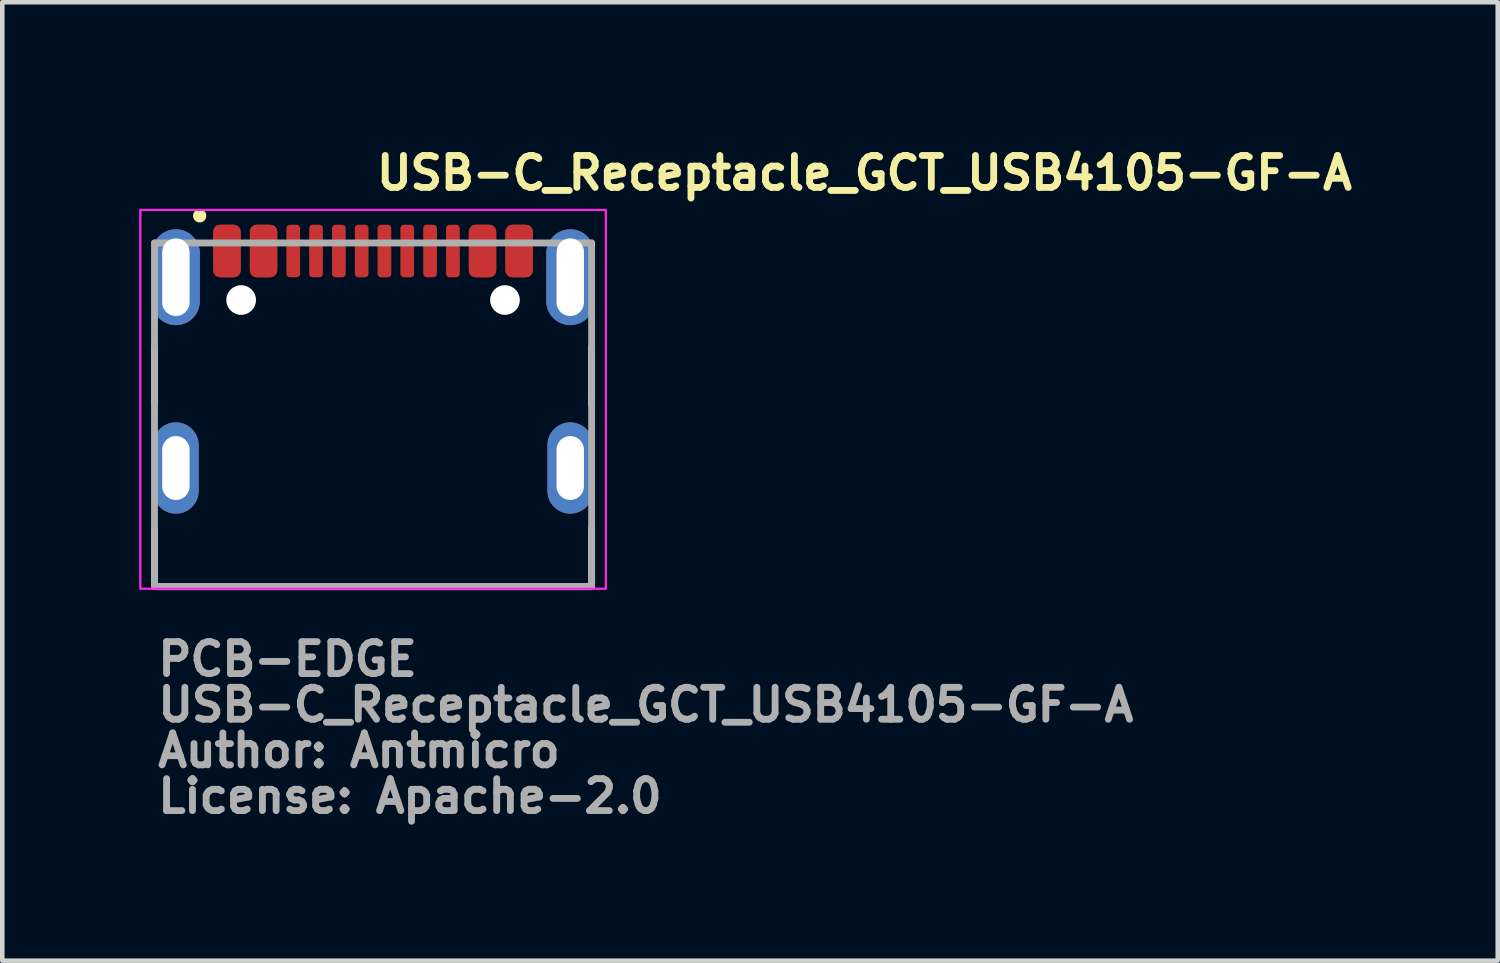
<source format=kicad_pcb>
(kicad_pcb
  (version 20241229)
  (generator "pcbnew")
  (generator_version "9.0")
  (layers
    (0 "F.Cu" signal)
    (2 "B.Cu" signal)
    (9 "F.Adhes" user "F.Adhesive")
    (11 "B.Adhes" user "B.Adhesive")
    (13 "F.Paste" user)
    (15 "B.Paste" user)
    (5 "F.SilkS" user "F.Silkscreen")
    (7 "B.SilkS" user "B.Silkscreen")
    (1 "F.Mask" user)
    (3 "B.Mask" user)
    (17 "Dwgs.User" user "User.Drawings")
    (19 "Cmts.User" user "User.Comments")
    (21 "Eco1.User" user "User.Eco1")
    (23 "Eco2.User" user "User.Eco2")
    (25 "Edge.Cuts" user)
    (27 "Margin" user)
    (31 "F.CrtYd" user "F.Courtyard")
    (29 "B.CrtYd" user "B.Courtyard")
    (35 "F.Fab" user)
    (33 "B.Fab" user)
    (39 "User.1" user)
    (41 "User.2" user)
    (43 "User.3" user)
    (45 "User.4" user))
  (footprint "USB-C_Receptacle_GCT_USB4105-GF-A"
    (layer "F.Cu")
    (at 5.125 5.95)
    (property "Reference" "USB-C_Receptacle_GCT_USB4105-GF-A" (at 0 -4.8 0) (layer "F.SilkS") (effects (font (size 0.7 0.7) (thickness 0.15)) (justify left bottom)))
    (attr smd)
    (fp_line (start -4.79 -1.395) (end -4.79 -0.145) (stroke (width 0.15) (type solid)) (layer "F.SilkS"))
    (fp_line (start -4.79 2.575) (end -4.79 3.854) (stroke (width 0.15) (type solid)) (layer "F.SilkS"))
    (fp_line (start -4.79 3.854) (end 4.788 3.854) (stroke (width 0.15) (type solid)) (layer "F.SilkS"))
    (fp_line (start 4.788 -1.395) (end 4.788 -0.145) (stroke (width 0.15) (type solid)) (layer "F.SilkS"))
    (fp_line (start 4.788 3.854) (end 4.788 2.575) (stroke (width 0.15) (type solid)) (layer "F.SilkS"))
    (fp_circle (center -3.8 -4.271) (end -3.75 -4.221) (stroke (width 0.15) (type solid)) (fill yes) (layer "F.SilkS"))
    (fp_rect (start -5.1 -4.4) (end 5.1 3.9) (stroke (width 0.05) (type solid)) (fill no) (layer "F.CrtYd"))
    (fp_line (start -4.79 -3.676) (end 4.788 -3.676) (stroke (width 0.15) (type solid)) (layer "F.Fab"))
    (fp_line (start -4.79 3.854) (end -4.79 -3.676) (stroke (width 0.15) (type solid)) (layer "F.Fab"))
    (fp_line (start -4.702 3.854) (end 4.788 3.854) (stroke (width 0.15) (type solid)) (layer "F.Fab"))
    (fp_line (start 4.788 -3.676) (end 4.788 3.854) (stroke (width 0.15) (type solid)) (layer "F.Fab"))
    (fp_line (start 4.788 3.854) (end -4.79 3.854) (stroke (width 0.15) (type solid)) (layer "F.Fab"))
    (fp_rect (start -4.79 -3.856) (end 4.788 3.854) (stroke (width 0.1) (type solid)) (fill no) (layer "User.5"))
    (fp_line (start -4.79 -3.25) (end -4.79 -3.226) (stroke (width 0.02) (type solid)) (layer "User.9"))
    (fp_line (start -4.79 -3.226) (end -4.79 -2.077) (stroke (width 0.02) (type solid)) (layer "User.9"))
    (fp_line (start -4.79 -1.875) (end -4.79 -2.077) (stroke (width 0.02) (type solid)) (layer "User.9"))
    (fp_line (start -4.789 -3.273) (end -4.79 -3.25) (stroke (width 0.02) (type solid)) (layer "User.9"))
    (fp_line (start -4.786 -3.294) (end -4.789 -3.273) (stroke (width 0.02) (type solid)) (layer "User.9"))
    (fp_line (start -4.781 -3.317) (end -4.786 -3.294) (stroke (width 0.02) (type solid)) (layer "User.9"))
    (fp_line (start -4.776 -3.339) (end -4.781 -3.317) (stroke (width 0.02) (type solid)) (layer "User.9"))
    (fp_line (start -4.771 -3.359) (end -4.776 -3.339) (stroke (width 0.02) (type solid)) (layer "User.9"))
    (fp_line (start -4.763 -3.38) (end -4.771 -3.359) (stroke (width 0.02) (type solid)) (layer "User.9"))
    (fp_line (start -4.755 -3.402) (end -4.763 -3.38) (stroke (width 0.02) (type solid)) (layer "User.9"))
    (fp_line (start -4.747 -3.422) (end -4.755 -3.402) (stroke (width 0.02) (type solid)) (layer "User.9"))
    (fp_line (start -4.736 -3.44) (end -4.747 -3.422) (stroke (width 0.02) (type solid)) (layer "User.9"))
    (fp_line (start -4.726 -3.46) (end -4.736 -3.44) (stroke (width 0.02) (type solid)) (layer "User.9"))
    (fp_line (start -4.715 -3.477) (end -4.726 -3.46) (stroke (width 0.02) (type solid)) (layer "User.9"))
    (fp_line (start -4.702 -3.496) (end -4.715 -3.477) (stroke (width 0.02) (type solid)) (layer "User.9"))
    (fp_line (start -4.688 -3.512) (end -4.702 -3.496) (stroke (width 0.02) (type solid)) (layer "User.9"))
    (fp_line (start -4.675 -3.528) (end -4.688 -3.512) (stroke (width 0.02) (type solid)) (layer "User.9"))
    (fp_line (start -4.659 -3.544) (end -4.675 -3.528) (stroke (width 0.02) (type solid)) (layer "User.9"))
    (fp_line (start -4.643 -3.56) (end -4.659 -3.544) (stroke (width 0.02) (type solid)) (layer "User.9"))
    (fp_line (start -4.64 -1.875) (end -4.79 -1.875) (stroke (width 0.02) (type solid)) (layer "User.9"))
    (fp_line (start -4.64 -1.875) (end -4.6 -1.917) (stroke (width 0.02) (type solid)) (layer "User.9"))
    (fp_line (start -4.627 -3.573) (end -4.643 -3.56) (stroke (width 0.02) (type solid)) (layer "User.9"))
    (fp_line (start -4.611 -3.586) (end -4.627 -3.573) (stroke (width 0.02) (type solid)) (layer "User.9"))
    (fp_line (start -4.6 -1.917) (end -4.6 -1.917) (stroke (width 0.02) (type solid)) (layer "User.9"))
    (fp_line (start -4.6 -1.917) (end -4.491 -2.025) (stroke (width 0.02) (type solid)) (layer "User.9"))
    (fp_line (start -4.593 -3.6) (end -4.611 -3.586) (stroke (width 0.02) (type solid)) (layer "User.9"))
    (fp_line (start -4.574 -3.61) (end -4.593 -3.6) (stroke (width 0.02) (type solid)) (layer "User.9"))
    (fp_line (start -4.555 -3.621) (end -4.574 -3.61) (stroke (width 0.02) (type solid)) (layer "User.9"))
    (fp_line (start -4.537 -3.632) (end -4.555 -3.621) (stroke (width 0.02) (type solid)) (layer "User.9"))
    (fp_line (start -4.516 -3.641) (end -4.537 -3.632) (stroke (width 0.02) (type solid)) (layer "User.9"))
    (fp_line (start -4.496 -3.649) (end -4.516 -3.641) (stroke (width 0.02) (type solid)) (layer "User.9"))
    (fp_line (start -4.491 -3.242) (end -4.491 -3.234) (stroke (width 0.02) (type solid)) (layer "User.9"))
    (fp_line (start -4.491 -3.234) (end -4.491 -3.226) (stroke (width 0.02) (type solid)) (layer "User.9"))
    (fp_line (start -4.491 -3.226) (end -4.491 -2.077) (stroke (width 0.02) (type solid)) (layer "User.9"))
    (fp_line (start -4.491 -2.327) (end -4.47 -2.327) (stroke (width 0.02) (type solid)) (layer "User.9"))
    (fp_line (start -4.491 -2.025) (end -4.491 -2.077) (stroke (width 0.02) (type solid)) (layer "User.9"))
    (fp_line (start -4.489 -3.249) (end -4.491 -3.242) (stroke (width 0.02) (type solid)) (layer "User.9"))
    (fp_line (start -4.488 -3.257) (end -4.489 -3.249) (stroke (width 0.02) (type solid)) (layer "User.9"))
    (fp_line (start -4.486 -3.263) (end -4.488 -3.257) (stroke (width 0.02) (type solid)) (layer "User.9"))
    (fp_line (start -4.484 -3.27) (end -4.486 -3.263) (stroke (width 0.02) (type solid)) (layer "User.9"))
    (fp_line (start -4.481 -3.278) (end -4.484 -3.27) (stroke (width 0.02) (type solid)) (layer "User.9"))
    (fp_line (start -4.479 -3.285) (end -4.481 -3.278) (stroke (width 0.02) (type solid)) (layer "User.9"))
    (fp_line (start -4.476 -3.291) (end -4.479 -3.285) (stroke (width 0.02) (type solid)) (layer "User.9"))
    (fp_line (start -4.475 -3.656) (end -4.496 -3.649) (stroke (width 0.02) (type solid)) (layer "User.9"))
    (fp_line (start -4.473 -3.298) (end -4.476 -3.291) (stroke (width 0.02) (type solid)) (layer "User.9"))
    (fp_line (start -4.47 -3.303) (end -4.473 -3.298) (stroke (width 0.02) (type solid)) (layer "User.9"))
    (fp_line (start -4.47 -3.176) (end -4.47 -3.301) (stroke (width 0.02) (type solid)) (layer "User.9"))
    (fp_line (start -4.47 -3.176) (end -4.47 -3.125) (stroke (width 0.02) (type solid)) (layer "User.9"))
    (fp_line (start -4.47 -3.125) (end -4.47 3.854) (stroke (width 0.02) (type solid)) (layer "User.9"))
    (fp_line (start -4.47 -2.952) (end -4.491 -2.923) (stroke (width 0.02) (type solid)) (layer "User.9"))
    (fp_line (start -4.465 -3.31) (end -4.47 -3.303) (stroke (width 0.02) (type solid)) (layer "User.9"))
    (fp_line (start -4.462 -3.315) (end -4.465 -3.31) (stroke (width 0.02) (type solid)) (layer "User.9"))
    (fp_line (start -4.462 -3.125) (end -4.47 -3.125) (stroke (width 0.02) (type solid)) (layer "User.9"))
    (fp_line (start -4.462 -3.125) (end -4.462 -3.125) (stroke (width 0.02) (type solid)) (layer "User.9"))
    (fp_line (start -4.462 3.854) (end -4.47 3.854) (stroke (width 0.02) (type solid)) (layer "User.9"))
    (fp_line (start -4.462 3.854) (end -4.462 3.854) (stroke (width 0.02) (type solid)) (layer "User.9"))
    (fp_line (start -4.457 -3.322) (end -4.462 -3.315) (stroke (width 0.02) (type solid)) (layer "User.9"))
    (fp_line (start -4.454 -3.661) (end -4.475 -3.656) (stroke (width 0.02) (type solid)) (layer "User.9"))
    (fp_line (start -4.452 -3.326) (end -4.457 -3.322) (stroke (width 0.02) (type solid)) (layer "User.9"))
    (fp_line (start -4.447 -3.332) (end -4.452 -3.326) (stroke (width 0.02) (type solid)) (layer "User.9"))
    (fp_line (start -4.441 -3.338) (end -4.447 -3.332) (stroke (width 0.02) (type solid)) (layer "User.9"))
    (fp_line (start -4.438 -3.125) (end -4.462 -3.125) (stroke (width 0.02) (type solid)) (layer "User.9"))
    (fp_line (start -4.438 -3.125) (end -4.438 -3.125) (stroke (width 0.02) (type solid)) (layer "User.9"))
    (fp_line (start -4.438 3.854) (end -4.462 3.854) (stroke (width 0.02) (type solid)) (layer "User.9"))
    (fp_line (start -4.438 3.854) (end -4.438 3.854) (stroke (width 0.02) (type solid)) (layer "User.9"))
    (fp_line (start -4.436 -3.342) (end -4.441 -3.338) (stroke (width 0.02) (type solid)) (layer "User.9"))
    (fp_line (start -4.431 -3.666) (end -4.454 -3.661) (stroke (width 0.02) (type solid)) (layer "User.9"))
    (fp_line (start -4.43 -3.347) (end -4.436 -3.342) (stroke (width 0.02) (type solid)) (layer "User.9"))
    (fp_line (start -4.425 -3.351) (end -4.43 -3.347) (stroke (width 0.02) (type solid)) (layer "User.9"))
    (fp_line (start -4.419 -3.355) (end -4.425 -3.351) (stroke (width 0.02) (type solid)) (layer "User.9"))
    (fp_line (start -4.412 -3.358) (end -4.419 -3.355) (stroke (width 0.02) (type solid)) (layer "User.9"))
    (fp_line (start -4.409 -3.67) (end -4.431 -3.666) (stroke (width 0.02) (type solid)) (layer "User.9"))
    (fp_line (start -4.406 -3.362) (end -4.412 -3.358) (stroke (width 0.02) (type solid)) (layer "User.9"))
    (fp_line (start -4.399 -3.364) (end -4.406 -3.362) (stroke (width 0.02) (type solid)) (layer "User.9"))
    (fp_line (start -4.399 -3.125) (end -4.438 -3.125) (stroke (width 0.02) (type solid)) (layer "User.9"))
    (fp_line (start -4.399 -3.125) (end -4.399 -3.125) (stroke (width 0.02) (type solid)) (layer "User.9"))
    (fp_line (start -4.399 3.854) (end -4.438 3.854) (stroke (width 0.02) (type solid)) (layer "User.9"))
    (fp_line (start -4.399 3.854) (end -4.399 3.854) (stroke (width 0.02) (type solid)) (layer "User.9"))
    (fp_line (start -4.393 -3.367) (end -4.399 -3.364) (stroke (width 0.02) (type solid)) (layer "User.9"))
    (fp_line (start -4.388 -3.673) (end -4.409 -3.67) (stroke (width 0.02) (type solid)) (layer "User.9"))
    (fp_line (start -4.385 -3.37) (end -4.393 -3.367) (stroke (width 0.02) (type solid)) (layer "User.9"))
    (fp_line (start -4.379 -3.371) (end -4.385 -3.37) (stroke (width 0.02) (type solid)) (layer "User.9"))
    (fp_line (start -4.372 -3.372) (end -4.379 -3.371) (stroke (width 0.02) (type solid)) (layer "User.9"))
    (fp_line (start -4.364 -3.676) (end -4.388 -3.673) (stroke (width 0.02) (type solid)) (layer "User.9"))
    (fp_line (start -4.364 -3.375) (end -4.372 -3.372) (stroke (width 0.02) (type solid)) (layer "User.9"))
    (fp_line (start -4.363 -3.285) (end -4.47 -3.176) (stroke (width 0.02) (type solid)) (layer "User.9"))
    (fp_line (start -4.363 -3.285) (end -4.363 -3.285) (stroke (width 0.02) (type solid)) (layer "User.9"))
    (fp_line (start -4.356 -3.375) (end -4.364 -3.375) (stroke (width 0.02) (type solid)) (layer "User.9"))
    (fp_line (start -4.348 -3.375) (end -4.356 -3.375) (stroke (width 0.02) (type solid)) (layer "User.9"))
    (fp_line (start -4.345 -3.125) (end -4.399 -3.125) (stroke (width 0.02) (type solid)) (layer "User.9"))
    (fp_line (start -4.345 -3.125) (end -4.345 -3.125) (stroke (width 0.02) (type solid)) (layer "User.9"))
    (fp_line (start -4.345 3.854) (end -4.399 3.854) (stroke (width 0.02) (type solid)) (layer "User.9"))
    (fp_line (start -4.345 3.854) (end -4.345 3.854) (stroke (width 0.02) (type solid)) (layer "User.9"))
    (fp_line (start -4.34 -3.676) (end -4.364 -3.676) (stroke (width 0.02) (type solid)) (layer "User.9"))
    (fp_line (start -4.34 -3.676) (end -4.321 -3.676) (stroke (width 0.02) (type solid)) (layer "User.9"))
    (fp_line (start -4.34 -3.375) (end -4.348 -3.375) (stroke (width 0.02) (type solid)) (layer "User.9"))
    (fp_line (start -4.34 -3.375) (end -4.321 -3.375) (stroke (width 0.02) (type solid)) (layer "User.9"))
    (fp_line (start -4.321 -3.676) (end -4.314 -3.676) (stroke (width 0.02) (type solid)) (layer "User.9"))
    (fp_line (start -4.321 -3.375) (end -4.321 -3.676) (stroke (width 0.02) (type solid)) (layer "User.9"))
    (fp_line (start -4.321 -3.375) (end -4.321 -3.326) (stroke (width 0.02) (type solid)) (layer "User.9"))
    (fp_line (start -4.321 -3.375) (end -4.314 -3.375) (stroke (width 0.02) (type solid)) (layer "User.9"))
    (fp_line (start -4.321 -3.326) (end -4.363 -3.285) (stroke (width 0.02) (type solid)) (layer "User.9"))
    (fp_line (start -4.314 -3.676) (end -4.314 -3.676) (stroke (width 0.02) (type solid)) (layer "User.9"))
    (fp_line (start -4.314 -3.676) (end -4.297 -3.676) (stroke (width 0.02) (type solid)) (layer "User.9"))
    (fp_line (start -4.314 -3.375) (end -4.314 -3.375) (stroke (width 0.02) (type solid)) (layer "User.9"))
    (fp_line (start -4.314 -3.375) (end -4.297 -3.375) (stroke (width 0.02) (type solid)) (layer "User.9"))
    (fp_line (start -4.297 -3.676) (end -4.297 -3.676) (stroke (width 0.02) (type solid)) (layer "User.9"))
    (fp_line (start -4.297 -3.676) (end -4.268 -3.676) (stroke (width 0.02) (type solid)) (layer "User.9"))
    (fp_line (start -4.297 -3.375) (end -4.297 -3.375) (stroke (width 0.02) (type solid)) (layer "User.9"))
    (fp_line (start -4.297 -3.375) (end -4.268 -3.375) (stroke (width 0.02) (type solid)) (layer "User.9"))
    (fp_line (start -4.274 -3.125) (end -4.345 -3.125) (stroke (width 0.02) (type solid)) (layer "User.9"))
    (fp_line (start -4.274 -3.125) (end -4.274 -3.125) (stroke (width 0.02) (type solid)) (layer "User.9"))
    (fp_line (start -4.274 3.854) (end -4.345 3.854) (stroke (width 0.02) (type solid)) (layer "User.9"))
    (fp_line (start -4.274 3.854) (end -4.274 3.854) (stroke (width 0.02) (type solid)) (layer "User.9"))
    (fp_line (start -4.268 -3.676) (end -4.268 -3.676) (stroke (width 0.02) (type solid)) (layer "User.9"))
    (fp_line (start -4.268 -3.676) (end -4.225 -3.676) (stroke (width 0.02) (type solid)) (layer "User.9"))
    (fp_line (start -4.268 -3.375) (end -4.268 -3.375) (stroke (width 0.02) (type solid)) (layer "User.9"))
    (fp_line (start -4.268 -3.375) (end -4.225 -3.375) (stroke (width 0.02) (type solid)) (layer "User.9"))
    (fp_line (start -4.225 -3.676) (end -4.225 -3.676) (stroke (width 0.02) (type solid)) (layer "User.9"))
    (fp_line (start -4.225 -3.676) (end -4.173 -3.676) (stroke (width 0.02) (type solid)) (layer "User.9"))
    (fp_line (start -4.225 -3.375) (end -4.225 -3.375) (stroke (width 0.02) (type solid)) (layer "User.9"))
    (fp_line (start -4.225 -3.375) (end -4.173 -3.375) (stroke (width 0.02) (type solid)) (layer "User.9"))
    (fp_line (start -4.191 -3.125) (end -4.274 -3.125) (stroke (width 0.02) (type solid)) (layer "User.9"))
    (fp_line (start -4.191 -3.125) (end -4.191 -3.125) (stroke (width 0.02) (type solid)) (layer "User.9"))
    (fp_line (start -4.191 3.854) (end -4.274 3.854) (stroke (width 0.02) (type solid)) (layer "User.9"))
    (fp_line (start -4.191 3.854) (end -4.191 3.854) (stroke (width 0.02) (type solid)) (layer "User.9"))
    (fp_line (start -4.173 -3.676) (end -4.173 -3.676) (stroke (width 0.02) (type solid)) (layer "User.9"))
    (fp_line (start -4.173 -3.676) (end -4.111 -3.676) (stroke (width 0.02) (type solid)) (layer "User.9"))
    (fp_line (start -4.173 -3.375) (end -4.173 -3.375) (stroke (width 0.02) (type solid)) (layer "User.9"))
    (fp_line (start -4.173 -3.375) (end -4.111 -3.375) (stroke (width 0.02) (type solid)) (layer "User.9"))
    (fp_line (start -4.17 -3.375) (end -4.17 -3.326) (stroke (width 0.02) (type solid)) (layer "User.9"))
    (fp_line (start -4.17 -3.326) (end -4.321 -3.326) (stroke (width 0.02) (type solid)) (layer "User.9"))
    (fp_line (start -4.17 -3.326) (end -4.17 -3.176) (stroke (width 0.02) (type solid)) (layer "User.9"))
    (fp_line (start -4.17 -3.176) (end -3.972 -3.375) (stroke (width 0.02) (type solid)) (layer "User.9"))
    (fp_line (start -4.17 -3.125) (end -4.17 -3.176) (stroke (width 0.02) (type solid)) (layer "User.9"))
    (fp_line (start -4.164 -3.176) (end -4.17 -3.176) (stroke (width 0.02) (type solid)) (layer "User.9"))
    (fp_line (start -4.164 -3.176) (end -4.164 -3.176) (stroke (width 0.02) (type solid)) (layer "User.9"))
    (fp_line (start -4.146 -3.176) (end -4.164 -3.176) (stroke (width 0.02) (type solid)) (layer "User.9"))
    (fp_line (start -4.146 -3.176) (end -4.146 -3.176) (stroke (width 0.02) (type solid)) (layer "User.9"))
    (fp_line (start -4.116 -3.176) (end -4.146 -3.176) (stroke (width 0.02) (type solid)) (layer "User.9"))
    (fp_line (start -4.116 -3.176) (end -4.116 -3.176) (stroke (width 0.02) (type solid)) (layer "User.9"))
    (fp_line (start -4.111 -3.676) (end -4.111 -3.676) (stroke (width 0.02) (type solid)) (layer "User.9"))
    (fp_line (start -4.111 -3.676) (end -4.037 -3.676) (stroke (width 0.02) (type solid)) (layer "User.9"))
    (fp_line (start -4.111 -3.375) (end -4.111 -3.375) (stroke (width 0.02) (type solid)) (layer "User.9"))
    (fp_line (start -4.111 -3.375) (end -4.037 -3.375) (stroke (width 0.02) (type solid)) (layer "User.9"))
    (fp_line (start -4.096 -3.125) (end -4.191 -3.125) (stroke (width 0.02) (type solid)) (layer "User.9"))
    (fp_line (start -4.096 -3.125) (end -4.096 -3.125) (stroke (width 0.02) (type solid)) (layer "User.9"))
    (fp_line (start -4.096 3.854) (end -4.191 3.854) (stroke (width 0.02) (type solid)) (layer "User.9"))
    (fp_line (start -4.096 3.854) (end -4.096 3.854) (stroke (width 0.02) (type solid)) (layer "User.9"))
    (fp_line (start -4.074 -3.176) (end -4.116 -3.176) (stroke (width 0.02) (type solid)) (layer "User.9"))
    (fp_line (start -4.074 -3.176) (end -4.074 -3.176) (stroke (width 0.02) (type solid)) (layer "User.9"))
    (fp_line (start -4.037 -3.676) (end -4.037 -3.676) (stroke (width 0.02) (type solid)) (layer "User.9"))
    (fp_line (start -4.037 -3.676) (end -3.955 -3.676) (stroke (width 0.02) (type solid)) (layer "User.9"))
    (fp_line (start -4.037 -3.375) (end -4.037 -3.375) (stroke (width 0.02) (type solid)) (layer "User.9"))
    (fp_line (start -4.037 -3.375) (end -3.955 -3.375) (stroke (width 0.02) (type solid)) (layer "User.9"))
    (fp_line (start -4.021 -3.176) (end -4.074 -3.176) (stroke (width 0.02) (type solid)) (layer "User.9"))
    (fp_line (start -4.021 -3.176) (end -4.021 -3.176) (stroke (width 0.02) (type solid)) (layer "User.9"))
    (fp_line (start -3.989 -3.125) (end -4.096 -3.125) (stroke (width 0.02) (type solid)) (layer "User.9"))
    (fp_line (start -3.989 -3.125) (end -3.989 -3.125) (stroke (width 0.02) (type solid)) (layer "User.9"))
    (fp_line (start -3.989 3.854) (end -4.096 3.854) (stroke (width 0.02) (type solid)) (layer "User.9"))
    (fp_line (start -3.989 3.854) (end -3.989 3.854) (stroke (width 0.02) (type solid)) (layer "User.9"))
    (fp_line (start -3.958 -3.176) (end -4.021 -3.176) (stroke (width 0.02) (type solid)) (layer "User.9"))
    (fp_line (start -3.958 -3.176) (end -3.958 -3.176) (stroke (width 0.02) (type solid)) (layer "User.9"))
    (fp_line (start -3.955 -3.676) (end -3.955 -3.676) (stroke (width 0.02) (type solid)) (layer "User.9"))
    (fp_line (start -3.955 -3.676) (end -3.769 -3.676) (stroke (width 0.02) (type solid)) (layer "User.9"))
    (fp_line (start -3.955 -3.375) (end -3.955 -3.375) (stroke (width 0.02) (type solid)) (layer "User.9"))
    (fp_line (start -3.955 -3.375) (end -3.769 -3.375) (stroke (width 0.02) (type solid)) (layer "User.9"))
    (fp_line (start -3.883 -3.176) (end -3.958 -3.176) (stroke (width 0.02) (type solid)) (layer "User.9"))
    (fp_line (start -3.883 -3.176) (end -3.883 -3.176) (stroke (width 0.02) (type solid)) (layer "User.9"))
    (fp_line (start -3.871 -3.125) (end -3.989 -3.125) (stroke (width 0.02) (type solid)) (layer "User.9"))
    (fp_line (start -3.871 -3.125) (end -3.871 -3.125) (stroke (width 0.02) (type solid)) (layer "User.9"))
    (fp_line (start -3.871 3.854) (end -3.989 3.854) (stroke (width 0.02) (type solid)) (layer "User.9"))
    (fp_line (start -3.871 3.854) (end -3.871 3.854) (stroke (width 0.02) (type solid)) (layer "User.9"))
    (fp_line (start -3.769 -3.676) (end -3.769 -3.676) (stroke (width 0.02) (type solid)) (layer "User.9"))
    (fp_line (start -3.769 -3.676) (end -3.33 -3.676) (stroke (width 0.02) (type solid)) (layer "User.9"))
    (fp_line (start -3.769 -3.375) (end -3.769 -3.375) (stroke (width 0.02) (type solid)) (layer "User.9"))
    (fp_line (start -3.769 -3.375) (end -3.33 -3.375) (stroke (width 0.02) (type solid)) (layer "User.9"))
    (fp_line (start -3.713 -3.176) (end -3.883 -3.176) (stroke (width 0.02) (type solid)) (layer "User.9"))
    (fp_line (start -3.713 -3.176) (end -3.713 -3.176) (stroke (width 0.02) (type solid)) (layer "User.9"))
    (fp_line (start -3.613 -3.125) (end -3.871 -3.125) (stroke (width 0.02) (type solid)) (layer "User.9"))
    (fp_line (start -3.613 -3.125) (end -3.613 -3.125) (stroke (width 0.02) (type solid)) (layer "User.9"))
    (fp_line (start -3.613 3.854) (end -3.871 3.854) (stroke (width 0.02) (type solid)) (layer "User.9"))
    (fp_line (start -3.613 3.854) (end -3.613 3.854) (stroke (width 0.02) (type solid)) (layer "User.9"))
    (fp_line (start -3.515 -3.176) (end -3.713 -3.176) (stroke (width 0.02) (type solid)) (layer "User.9"))
    (fp_line (start -3.515 -3.176) (end -3.515 -3.176) (stroke (width 0.02) (type solid)) (layer "User.9"))
    (fp_line (start -3.451 -3.856) (end -3.451 -3.676) (stroke (width 0.02) (type solid)) (layer "User.9"))
    (fp_line (start -3.451 -3.856) (end -3.21 -3.856) (stroke (width 0.02) (type solid)) (layer "User.9"))
    (fp_line (start -3.33 -3.676) (end -3.293 -3.676) (stroke (width 0.02) (type solid)) (layer "User.9"))
    (fp_line (start -3.33 -3.375) (end -3.293 -3.375) (stroke (width 0.02) (type solid)) (layer "User.9"))
    (fp_line (start -3.293 -3.676) (end -3.009 -3.676) (stroke (width 0.02) (type solid)) (layer "User.9"))
    (fp_line (start -3.293 -3.375) (end -3.009 -3.375) (stroke (width 0.02) (type solid)) (layer "User.9"))
    (fp_line (start -3.21 -3.856) (end -3.21 -3.676) (stroke (width 0.02) (type solid)) (layer "User.9"))
    (fp_line (start -3.19 -3.856) (end -3.19 -3.676) (stroke (width 0.02) (type solid)) (layer "User.9"))
    (fp_line (start -3.19 -3.856) (end -2.952 -3.856) (stroke (width 0.02) (type solid)) (layer "User.9"))
    (fp_line (start -3.19 -3.176) (end -3.515 -3.176) (stroke (width 0.02) (type solid)) (layer "User.9"))
    (fp_line (start -3.19 -3.125) (end -3.613 -3.125) (stroke (width 0.02) (type solid)) (layer "User.9"))
    (fp_line (start -3.19 3.854) (end -3.613 3.854) (stroke (width 0.02) (type solid)) (layer "User.9"))
    (fp_line (start -3.009 -3.676) (end -2.868 -3.676) (stroke (width 0.02) (type solid)) (layer "User.9"))
    (fp_line (start -3.009 -3.375) (end -2.868 -3.375) (stroke (width 0.02) (type solid)) (layer "User.9"))
    (fp_line (start -2.952 -3.856) (end -2.952 -3.676) (stroke (width 0.02) (type solid)) (layer "User.9"))
    (fp_line (start -2.868 -3.676) (end -2.609 -3.676) (stroke (width 0.02) (type solid)) (layer "User.9"))
    (fp_line (start -2.868 -3.375) (end -2.609 -3.375) (stroke (width 0.02) (type solid)) (layer "User.9"))
    (fp_line (start -2.709 -3.125) (end -3.19 -3.125) (stroke (width 0.02) (type solid)) (layer "User.9"))
    (fp_line (start -2.703 -3.126) (end -2.709 -3.126) (stroke (width 0.02) (type solid)) (layer "User.9"))
    (fp_line (start -2.698 -3.126) (end -2.703 -3.126) (stroke (width 0.02) (type solid)) (layer "User.9"))
    (fp_line (start -2.694 -3.128) (end -2.698 -3.126) (stroke (width 0.02) (type solid)) (layer "User.9"))
    (fp_line (start -2.689 -3.129) (end -2.694 -3.128) (stroke (width 0.02) (type solid)) (layer "User.9"))
    (fp_line (start -2.684 -3.129) (end -2.689 -3.129) (stroke (width 0.02) (type solid)) (layer "User.9"))
    (fp_line (start -2.678 -3.13) (end -2.684 -3.129) (stroke (width 0.02) (type solid)) (layer "User.9"))
    (fp_line (start -2.674 -3.133) (end -2.678 -3.13) (stroke (width 0.02) (type solid)) (layer "User.9"))
    (fp_line (start -2.669 -3.133) (end -2.674 -3.133) (stroke (width 0.02) (type solid)) (layer "User.9"))
    (fp_line (start -2.665 -3.136) (end -2.669 -3.133) (stroke (width 0.02) (type solid)) (layer "User.9"))
    (fp_line (start -2.661 -3.138) (end -2.665 -3.136) (stroke (width 0.02) (type solid)) (layer "User.9"))
    (fp_line (start -2.657 -3.141) (end -2.661 -3.138) (stroke (width 0.02) (type solid)) (layer "User.9"))
    (fp_line (start -2.653 -3.144) (end -2.657 -3.141) (stroke (width 0.02) (type solid)) (layer "User.9"))
    (fp_line (start -2.65 -3.856) (end -2.65 -3.676) (stroke (width 0.02) (type solid)) (layer "User.9"))
    (fp_line (start -2.65 -3.856) (end -2.411 -3.856) (stroke (width 0.02) (type solid)) (layer "User.9"))
    (fp_line (start -2.65 -1.426) (end -2.65 -1.401) (stroke (width 0.02) (type solid)) (layer "User.9"))
    (fp_line (start -2.65 -1.426) (end -1.351 -1.426) (stroke (width 0.02) (type solid)) (layer "User.9"))
    (fp_line (start -2.65 -1.401) (end -2.65 -1.426) (stroke (width 0.02) (type solid)) (layer "User.9"))
    (fp_line (start -2.65 -1.401) (end -2.564 -1.401) (stroke (width 0.02) (type solid)) (layer "User.9"))
    (fp_line (start -2.65 -0.951) (end -2.65 -0.927) (stroke (width 0.02) (type solid)) (layer "User.9"))
    (fp_line (start -2.65 -0.927) (end -1.351 -0.927) (stroke (width 0.02) (type solid)) (layer "User.9"))
    (fp_line (start -2.649 -3.145) (end -2.653 -3.144) (stroke (width 0.02) (type solid)) (layer "User.9"))
    (fp_line (start -2.645 -3.149) (end -2.649 -3.145) (stroke (width 0.02) (type solid)) (layer "User.9"))
    (fp_line (start -2.641 -3.152) (end -2.645 -3.149) (stroke (width 0.02) (type solid)) (layer "User.9"))
    (fp_line (start -2.637 -3.156) (end -2.641 -3.152) (stroke (width 0.02) (type solid)) (layer "User.9"))
    (fp_line (start -2.634 -3.158) (end -2.637 -3.156) (stroke (width 0.02) (type solid)) (layer "User.9"))
    (fp_line (start -2.632 -3.162) (end -2.634 -3.158) (stroke (width 0.02) (type solid)) (layer "User.9"))
    (fp_line (start -2.629 -3.166) (end -2.632 -3.162) (stroke (width 0.02) (type solid)) (layer "User.9"))
    (fp_line (start -2.625 -3.17) (end -2.629 -3.166) (stroke (width 0.02) (type solid)) (layer "User.9"))
    (fp_line (start -2.622 -3.174) (end -2.625 -3.17) (stroke (width 0.02) (type solid)) (layer "User.9"))
    (fp_line (start -2.621 -3.178) (end -2.622 -3.174) (stroke (width 0.02) (type solid)) (layer "User.9"))
    (fp_line (start -2.621 -3.176) (end -3.19 -3.176) (stroke (width 0.02) (type solid)) (layer "User.9"))
    (fp_line (start -2.618 -3.182) (end -2.621 -3.178) (stroke (width 0.02) (type solid)) (layer "User.9"))
    (fp_line (start -2.617 -3.188) (end -2.618 -3.182) (stroke (width 0.02) (type solid)) (layer "User.9"))
    (fp_line (start -2.614 -3.192) (end -2.617 -3.188) (stroke (width 0.02) (type solid)) (layer "User.9"))
    (fp_line (start -2.613 -3.197) (end -2.614 -3.192) (stroke (width 0.02) (type solid)) (layer "User.9"))
    (fp_line (start -2.612 -3.202) (end -2.613 -3.197) (stroke (width 0.02) (type solid)) (layer "User.9"))
    (fp_line (start -2.61 -3.206) (end -2.612 -3.202) (stroke (width 0.02) (type solid)) (layer "User.9"))
    (fp_line (start -2.609 -3.676) (end -1.744 -3.676) (stroke (width 0.02) (type solid)) (layer "User.9"))
    (fp_line (start -2.609 -3.544) (end -2.609 -3.676) (stroke (width 0.02) (type solid)) (layer "User.9"))
    (fp_line (start -2.609 -3.544) (end -2.609 -3.544) (stroke (width 0.02) (type solid)) (layer "User.9"))
    (fp_line (start -2.609 -3.226) (end -2.609 -3.544) (stroke (width 0.02) (type solid)) (layer "User.9"))
    (fp_line (start -2.609 -3.226) (end -2.609 -3.221) (stroke (width 0.02) (type solid)) (layer "User.9"))
    (fp_line (start -2.609 -3.221) (end -2.609 -3.215) (stroke (width 0.02) (type solid)) (layer "User.9"))
    (fp_line (start -2.609 -3.215) (end -2.609 -3.21) (stroke (width 0.02) (type solid)) (layer "User.9"))
    (fp_line (start -2.609 -3.21) (end -2.61 -3.206) (stroke (width 0.02) (type solid)) (layer "User.9"))
    (fp_line (start -2.564 -0.951) (end -2.65 -0.951) (stroke (width 0.02) (type solid)) (layer "User.9"))
    (fp_line (start -2.411 -3.856) (end -2.411 -3.676) (stroke (width 0.02) (type solid)) (layer "User.9"))
    (fp_line (start -2.391 -3.856) (end -2.391 -3.676) (stroke (width 0.02) (type solid)) (layer "User.9"))
    (fp_line (start -2.391 -3.856) (end -2.15 -3.856) (stroke (width 0.02) (type solid)) (layer "User.9"))
    (fp_line (start -2.234 -1.401) (end -2.564 -1.401) (stroke (width 0.02) (type solid)) (layer "User.9"))
    (fp_line (start -2.234 -0.951) (end -2.564 -0.951) (stroke (width 0.02) (type solid)) (layer "User.9"))
    (fp_line (start -2.15 -3.856) (end -2.15 -3.676) (stroke (width 0.02) (type solid)) (layer "User.9"))
    (fp_line (start -2.148 -1.401) (end -2.234 -1.401) (stroke (width 0.02) (type solid)) (layer "User.9"))
    (fp_line (start -2.148 -0.951) (end -2.234 -0.951) (stroke (width 0.02) (type solid)) (layer "User.9"))
    (fp_line (start -2.101 -1.401) (end -2.148 -1.401) (stroke (width 0.02) (type solid)) (layer "User.9"))
    (fp_line (start -2.101 -0.951) (end -2.148 -0.951) (stroke (width 0.02) (type solid)) (layer "User.9"))
    (fp_line (start -1.901 -1.401) (end -2.101 -1.401) (stroke (width 0.02) (type solid)) (layer "User.9"))
    (fp_line (start -1.901 -0.951) (end -2.101 -0.951) (stroke (width 0.02) (type solid)) (layer "User.9"))
    (fp_line (start -1.855 -1.401) (end -1.901 -1.401) (stroke (width 0.02) (type solid)) (layer "User.9"))
    (fp_line (start -1.855 -0.951) (end -1.901 -0.951) (stroke (width 0.02) (type solid)) (layer "User.9"))
    (fp_line (start -1.851 -3.856) (end -1.851 -3.676) (stroke (width 0.02) (type solid)) (layer "User.9"))
    (fp_line (start -1.851 -3.856) (end -1.651 -3.856) (stroke (width 0.02) (type solid)) (layer "User.9"))
    (fp_line (start -1.768 -1.401) (end -1.855 -1.401) (stroke (width 0.02) (type solid)) (layer "User.9"))
    (fp_line (start -1.768 -0.951) (end -1.855 -0.951) (stroke (width 0.02) (type solid)) (layer "User.9"))
    (fp_line (start -1.744 -3.676) (end -1.744 -3.544) (stroke (width 0.02) (type solid)) (layer "User.9"))
    (fp_line (start -1.744 -3.676) (end -1.593 -3.676) (stroke (width 0.02) (type solid)) (layer "User.9"))
    (fp_line (start -1.744 -3.544) (end -1.744 -3.544) (stroke (width 0.02) (type solid)) (layer "User.9"))
    (fp_line (start -1.744 -3.544) (end -1.744 -3.226) (stroke (width 0.02) (type solid)) (layer "User.9"))
    (fp_line (start -1.744 -3.375) (end 1.741 -3.375) (stroke (width 0.02) (type solid)) (layer "User.9"))
    (fp_line (start -1.744 -3.221) (end -1.744 -3.226) (stroke (width 0.02) (type solid)) (layer "User.9"))
    (fp_line (start -1.742 -3.215) (end -1.744 -3.221) (stroke (width 0.02) (type solid)) (layer "User.9"))
    (fp_line (start -1.742 -3.21) (end -1.742 -3.215) (stroke (width 0.02) (type solid)) (layer "User.9"))
    (fp_line (start -1.742 -3.206) (end -1.742 -3.21) (stroke (width 0.02) (type solid)) (layer "User.9"))
    (fp_line (start -1.74 -3.202) (end -1.742 -3.206) (stroke (width 0.02) (type solid)) (layer "User.9"))
    (fp_line (start -1.74 -3.197) (end -1.74 -3.202) (stroke (width 0.02) (type solid)) (layer "User.9"))
    (fp_line (start -1.738 -3.192) (end -1.74 -3.197) (stroke (width 0.02) (type solid)) (layer "User.9"))
    (fp_line (start -1.736 -3.188) (end -1.738 -3.192) (stroke (width 0.02) (type solid)) (layer "User.9"))
    (fp_line (start -1.734 -3.182) (end -1.736 -3.188) (stroke (width 0.02) (type solid)) (layer "User.9"))
    (fp_line (start -1.732 -3.178) (end -1.734 -3.182) (stroke (width 0.02) (type solid)) (layer "User.9"))
    (fp_line (start -1.73 -3.174) (end -1.732 -3.178) (stroke (width 0.02) (type solid)) (layer "User.9"))
    (fp_line (start -1.726 -3.17) (end -1.73 -3.174) (stroke (width 0.02) (type solid)) (layer "User.9"))
    (fp_line (start -1.724 -3.166) (end -1.726 -3.17) (stroke (width 0.02) (type solid)) (layer "User.9"))
    (fp_line (start -1.72 -3.162) (end -1.724 -3.166) (stroke (width 0.02) (type solid)) (layer "User.9"))
    (fp_line (start -1.718 -3.158) (end -1.72 -3.162) (stroke (width 0.02) (type solid)) (layer "User.9"))
    (fp_line (start -1.714 -3.156) (end -1.718 -3.158) (stroke (width 0.02) (type solid)) (layer "User.9"))
    (fp_line (start -1.71 -3.152) (end -1.714 -3.156) (stroke (width 0.02) (type solid)) (layer "User.9"))
    (fp_line (start -1.708 -3.149) (end -1.71 -3.152) (stroke (width 0.02) (type solid)) (layer "User.9"))
    (fp_line (start -1.704 -3.145) (end -1.708 -3.149) (stroke (width 0.02) (type solid)) (layer "User.9"))
    (fp_line (start -1.7 -3.144) (end -1.704 -3.145) (stroke (width 0.02) (type solid)) (layer "User.9"))
    (fp_line (start -1.696 -3.141) (end -1.7 -3.144) (stroke (width 0.02) (type solid)) (layer "User.9"))
    (fp_line (start -1.692 -3.138) (end -1.696 -3.141) (stroke (width 0.02) (type solid)) (layer "User.9"))
    (fp_line (start -1.686 -3.136) (end -1.692 -3.138) (stroke (width 0.02) (type solid)) (layer "User.9"))
    (fp_line (start -1.682 -3.133) (end -1.686 -3.136) (stroke (width 0.02) (type solid)) (layer "User.9"))
    (fp_line (start -1.678 -3.133) (end -1.682 -3.133) (stroke (width 0.02) (type solid)) (layer "User.9"))
    (fp_line (start -1.674 -3.13) (end -1.678 -3.133) (stroke (width 0.02) (type solid)) (layer "User.9"))
    (fp_line (start -1.668 -3.129) (end -1.674 -3.13) (stroke (width 0.02) (type solid)) (layer "User.9"))
    (fp_line (start -1.663 -3.129) (end -1.668 -3.129) (stroke (width 0.02) (type solid)) (layer "User.9"))
    (fp_line (start -1.659 -3.128) (end -1.663 -3.129) (stroke (width 0.02) (type solid)) (layer "User.9"))
    (fp_line (start -1.653 -3.126) (end -1.659 -3.128) (stroke (width 0.02) (type solid)) (layer "User.9"))
    (fp_line (start -1.651 -3.856) (end -1.651 -3.676) (stroke (width 0.02) (type solid)) (layer "User.9"))
    (fp_line (start -1.649 -3.126) (end -1.653 -3.126) (stroke (width 0.02) (type solid)) (layer "User.9"))
    (fp_line (start -1.643 -3.125) (end -1.649 -3.126) (stroke (width 0.02) (type solid)) (layer "User.9"))
    (fp_line (start -1.593 -3.676) (end 1.592 -3.676) (stroke (width 0.02) (type solid)) (layer "User.9"))
    (fp_line (start -1.438 -1.401) (end -1.768 -1.401) (stroke (width 0.02) (type solid)) (layer "User.9"))
    (fp_line (start -1.438 -0.951) (end -1.768 -0.951) (stroke (width 0.02) (type solid)) (layer "User.9"))
    (fp_line (start -1.438 -0.951) (end -1.351 -0.951) (stroke (width 0.02) (type solid)) (layer "User.9"))
    (fp_line (start -1.351 -3.856) (end -1.351 -3.676) (stroke (width 0.02) (type solid)) (layer "User.9"))
    (fp_line (start -1.351 -3.856) (end -1.151 -3.856) (stroke (width 0.02) (type solid)) (layer "User.9"))
    (fp_line (start -1.351 -1.426) (end -1.351 -1.401) (stroke (width 0.02) (type solid)) (layer "User.9"))
    (fp_line (start -1.351 -1.401) (end -1.438 -1.401) (stroke (width 0.02) (type solid)) (layer "User.9"))
    (fp_line (start -1.351 -1.401) (end -1.351 -1.426) (stroke (width 0.02) (type solid)) (layer "User.9"))
    (fp_line (start -1.351 -0.951) (end -1.351 -0.927) (stroke (width 0.02) (type solid)) (layer "User.9"))
    (fp_line (start -1.151 -3.856) (end -1.151 -3.676) (stroke (width 0.02) (type solid)) (layer "User.9"))
    (fp_line (start -0.85 -3.856) (end -0.85 -3.676) (stroke (width 0.02) (type solid)) (layer "User.9"))
    (fp_line (start -0.85 -3.856) (end -0.652 -3.856) (stroke (width 0.02) (type solid)) (layer "User.9"))
    (fp_line (start -0.652 -3.856) (end -0.652 -3.676) (stroke (width 0.02) (type solid)) (layer "User.9"))
    (fp_line (start -0.351 -3.856) (end -0.351 -3.676) (stroke (width 0.02) (type solid)) (layer "User.9"))
    (fp_line (start -0.351 -3.856) (end -0.15 -3.856) (stroke (width 0.02) (type solid)) (layer "User.9"))
    (fp_line (start -0.15 -3.856) (end -0.15 -3.676) (stroke (width 0.02) (type solid)) (layer "User.9"))
    (fp_line (start 0.148 -3.856) (end 0.148 -3.676) (stroke (width 0.02) (type solid)) (layer "User.9"))
    (fp_line (start 0.148 -3.856) (end 0.349 -3.856) (stroke (width 0.02) (type solid)) (layer "User.9"))
    (fp_line (start 0.349 -3.856) (end 0.349 -3.676) (stroke (width 0.02) (type solid)) (layer "User.9"))
    (fp_line (start 0.65 -3.856) (end 0.65 -3.676) (stroke (width 0.02) (type solid)) (layer "User.9"))
    (fp_line (start 0.65 -3.856) (end 0.848 -3.856) (stroke (width 0.02) (type solid)) (layer "User.9"))
    (fp_line (start 0.848 -3.856) (end 0.848 -3.676) (stroke (width 0.02) (type solid)) (layer "User.9"))
    (fp_line (start 1.148 -3.856) (end 1.148 -3.676) (stroke (width 0.02) (type solid)) (layer "User.9"))
    (fp_line (start 1.148 -3.856) (end 1.35 -3.856) (stroke (width 0.02) (type solid)) (layer "User.9"))
    (fp_line (start 1.35 -3.856) (end 1.35 -3.676) (stroke (width 0.02) (type solid)) (layer "User.9"))
    (fp_line (start 1.35 -1.426) (end 1.35 -1.401) (stroke (width 0.02) (type solid)) (layer "User.9"))
    (fp_line (start 1.35 -1.401) (end 1.35 -1.426) (stroke (width 0.02) (type solid)) (layer "User.9"))
    (fp_line (start 1.35 -1.401) (end 1.437 -1.401) (stroke (width 0.02) (type solid)) (layer "User.9"))
    (fp_line (start 1.35 -0.951) (end 1.35 -0.927) (stroke (width 0.02) (type solid)) (layer "User.9"))
    (fp_line (start 1.437 -0.951) (end 1.35 -0.951) (stroke (width 0.02) (type solid)) (layer "User.9"))
    (fp_line (start 1.592 -3.676) (end 1.741 -3.676) (stroke (width 0.02) (type solid)) (layer "User.9"))
    (fp_line (start 1.642 -3.125) (end -1.643 -3.125) (stroke (width 0.02) (type solid)) (layer "User.9"))
    (fp_line (start 1.646 -3.126) (end 1.642 -3.126) (stroke (width 0.02) (type solid)) (layer "User.9"))
    (fp_line (start 1.648 -3.856) (end 1.648 -3.676) (stroke (width 0.02) (type solid)) (layer "User.9"))
    (fp_line (start 1.648 -3.856) (end 1.85 -3.856) (stroke (width 0.02) (type solid)) (layer "User.9"))
    (fp_line (start 1.652 -3.126) (end 1.646 -3.126) (stroke (width 0.02) (type solid)) (layer "User.9"))
    (fp_line (start 1.656 -3.128) (end 1.652 -3.126) (stroke (width 0.02) (type solid)) (layer "User.9"))
    (fp_line (start 1.662 -3.129) (end 1.656 -3.128) (stroke (width 0.02) (type solid)) (layer "User.9"))
    (fp_line (start 1.667 -3.129) (end 1.662 -3.129) (stroke (width 0.02) (type solid)) (layer "User.9"))
    (fp_line (start 1.671 -3.13) (end 1.667 -3.129) (stroke (width 0.02) (type solid)) (layer "User.9"))
    (fp_line (start 1.675 -3.133) (end 1.671 -3.13) (stroke (width 0.02) (type solid)) (layer "User.9"))
    (fp_line (start 1.681 -3.133) (end 1.675 -3.133) (stroke (width 0.02) (type solid)) (layer "User.9"))
    (fp_line (start 1.685 -3.136) (end 1.681 -3.133) (stroke (width 0.02) (type solid)) (layer "User.9"))
    (fp_line (start 1.689 -3.138) (end 1.685 -3.136) (stroke (width 0.02) (type solid)) (layer "User.9"))
    (fp_line (start 1.693 -3.141) (end 1.689 -3.138) (stroke (width 0.02) (type solid)) (layer "User.9"))
    (fp_line (start 1.697 -3.144) (end 1.693 -3.141) (stroke (width 0.02) (type solid)) (layer "User.9"))
    (fp_line (start 1.701 -3.145) (end 1.697 -3.144) (stroke (width 0.02) (type solid)) (layer "User.9"))
    (fp_line (start 1.705 -3.149) (end 1.701 -3.145) (stroke (width 0.02) (type solid)) (layer "User.9"))
    (fp_line (start 1.709 -3.152) (end 1.705 -3.149) (stroke (width 0.02) (type solid)) (layer "User.9"))
    (fp_line (start 1.713 -3.156) (end 1.709 -3.152) (stroke (width 0.02) (type solid)) (layer "User.9"))
    (fp_line (start 1.715 -3.158) (end 1.713 -3.156) (stroke (width 0.02) (type solid)) (layer "User.9"))
    (fp_line (start 1.719 -3.162) (end 1.715 -3.158) (stroke (width 0.02) (type solid)) (layer "User.9"))
    (fp_line (start 1.721 -3.166) (end 1.719 -3.162) (stroke (width 0.02) (type solid)) (layer "User.9"))
    (fp_line (start 1.725 -3.17) (end 1.721 -3.166) (stroke (width 0.02) (type solid)) (layer "User.9"))
    (fp_line (start 1.727 -3.174) (end 1.725 -3.17) (stroke (width 0.02) (type solid)) (layer "User.9"))
    (fp_line (start 1.729 -3.178) (end 1.727 -3.174) (stroke (width 0.02) (type solid)) (layer "User.9"))
    (fp_line (start 1.729 -3.176) (end -1.73 -3.176) (stroke (width 0.02) (type solid)) (layer "User.9"))
    (fp_line (start 1.731 -3.182) (end 1.729 -3.178) (stroke (width 0.02) (type solid)) (layer "User.9"))
    (fp_line (start 1.733 -3.188) (end 1.731 -3.182) (stroke (width 0.02) (type solid)) (layer "User.9"))
    (fp_line (start 1.735 -3.192) (end 1.733 -3.188) (stroke (width 0.02) (type solid)) (layer "User.9"))
    (fp_line (start 1.737 -3.197) (end 1.735 -3.192) (stroke (width 0.02) (type solid)) (layer "User.9"))
    (fp_line (start 1.739 -3.206) (end 1.739 -3.202) (stroke (width 0.02) (type solid)) (layer "User.9"))
    (fp_line (start 1.739 -3.202) (end 1.737 -3.197) (stroke (width 0.02) (type solid)) (layer "User.9"))
    (fp_line (start 1.741 -3.676) (end 2.607 -3.676) (stroke (width 0.02) (type solid)) (layer "User.9"))
    (fp_line (start 1.741 -3.544) (end 1.741 -3.676) (stroke (width 0.02) (type solid)) (layer "User.9"))
    (fp_line (start 1.741 -3.544) (end 1.741 -3.544) (stroke (width 0.02) (type solid)) (layer "User.9"))
    (fp_line (start 1.741 -3.226) (end 1.741 -3.544) (stroke (width 0.02) (type solid)) (layer "User.9"))
    (fp_line (start 1.741 -3.226) (end 1.741 -3.221) (stroke (width 0.02) (type solid)) (layer "User.9"))
    (fp_line (start 1.741 -3.221) (end 1.741 -3.215) (stroke (width 0.02) (type solid)) (layer "User.9"))
    (fp_line (start 1.741 -3.215) (end 1.741 -3.21) (stroke (width 0.02) (type solid)) (layer "User.9"))
    (fp_line (start 1.741 -3.21) (end 1.739 -3.206) (stroke (width 0.02) (type solid)) (layer "User.9"))
    (fp_line (start 1.765 -1.401) (end 1.437 -1.401) (stroke (width 0.02) (type solid)) (layer "User.9"))
    (fp_line (start 1.765 -0.951) (end 1.437 -0.951) (stroke (width 0.02) (type solid)) (layer "User.9"))
    (fp_line (start 1.85 -3.856) (end 1.85 -3.676) (stroke (width 0.02) (type solid)) (layer "User.9"))
    (fp_line (start 1.852 -1.401) (end 1.765 -1.401) (stroke (width 0.02) (type solid)) (layer "User.9"))
    (fp_line (start 1.852 -0.951) (end 1.765 -0.951) (stroke (width 0.02) (type solid)) (layer "User.9"))
    (fp_line (start 1.898 -1.401) (end 1.852 -1.401) (stroke (width 0.02) (type solid)) (layer "User.9"))
    (fp_line (start 1.898 -0.951) (end 1.852 -0.951) (stroke (width 0.02) (type solid)) (layer "User.9"))
    (fp_line (start 2.1 -1.401) (end 1.898 -1.401) (stroke (width 0.02) (type solid)) (layer "User.9"))
    (fp_line (start 2.1 -0.951) (end 1.898 -0.951) (stroke (width 0.02) (type solid)) (layer "User.9"))
    (fp_line (start 2.145 -1.401) (end 2.1 -1.401) (stroke (width 0.02) (type solid)) (layer "User.9"))
    (fp_line (start 2.145 -0.951) (end 2.1 -0.951) (stroke (width 0.02) (type solid)) (layer "User.9"))
    (fp_line (start 2.148 -3.856) (end 2.148 -3.676) (stroke (width 0.02) (type solid)) (layer "User.9"))
    (fp_line (start 2.148 -3.856) (end 2.39 -3.856) (stroke (width 0.02) (type solid)) (layer "User.9"))
    (fp_line (start 2.233 -1.401) (end 2.145 -1.401) (stroke (width 0.02) (type solid)) (layer "User.9"))
    (fp_line (start 2.233 -0.951) (end 2.145 -0.951) (stroke (width 0.02) (type solid)) (layer "User.9"))
    (fp_line (start 2.39 -3.856) (end 2.39 -3.676) (stroke (width 0.02) (type solid)) (layer "User.9"))
    (fp_line (start 2.41 -3.856) (end 2.41 -3.676) (stroke (width 0.02) (type solid)) (layer "User.9"))
    (fp_line (start 2.41 -3.856) (end 2.648 -3.856) (stroke (width 0.02) (type solid)) (layer "User.9"))
    (fp_line (start 2.561 -1.401) (end 2.233 -1.401) (stroke (width 0.02) (type solid)) (layer "User.9"))
    (fp_line (start 2.561 -0.951) (end 2.233 -0.951) (stroke (width 0.02) (type solid)) (layer "User.9"))
    (fp_line (start 2.561 -0.951) (end 2.648 -0.951) (stroke (width 0.02) (type solid)) (layer "User.9"))
    (fp_line (start 2.607 -3.676) (end 2.607 -3.544) (stroke (width 0.02) (type solid)) (layer "User.9"))
    (fp_line (start 2.607 -3.676) (end 2.866 -3.676) (stroke (width 0.02) (type solid)) (layer "User.9"))
    (fp_line (start 2.607 -3.544) (end 2.607 -3.544) (stroke (width 0.02) (type solid)) (layer "User.9"))
    (fp_line (start 2.607 -3.544) (end 2.607 -3.226) (stroke (width 0.02) (type solid)) (layer "User.9"))
    (fp_line (start 2.607 -3.375) (end 2.866 -3.375) (stroke (width 0.02) (type solid)) (layer "User.9"))
    (fp_line (start 2.607 -3.221) (end 2.607 -3.226) (stroke (width 0.02) (type solid)) (layer "User.9"))
    (fp_line (start 2.608 -3.215) (end 2.607 -3.221) (stroke (width 0.02) (type solid)) (layer "User.9"))
    (fp_line (start 2.608 -3.21) (end 2.608 -3.215) (stroke (width 0.02) (type solid)) (layer "User.9"))
    (fp_line (start 2.608 -3.206) (end 2.608 -3.21) (stroke (width 0.02) (type solid)) (layer "User.9"))
    (fp_line (start 2.609 -3.202) (end 2.608 -3.206) (stroke (width 0.02) (type solid)) (layer "User.9"))
    (fp_line (start 2.611 -3.197) (end 2.609 -3.202) (stroke (width 0.02) (type solid)) (layer "User.9"))
    (fp_line (start 2.612 -3.192) (end 2.611 -3.197) (stroke (width 0.02) (type solid)) (layer "User.9"))
    (fp_line (start 2.615 -3.188) (end 2.612 -3.192) (stroke (width 0.02) (type solid)) (layer "User.9"))
    (fp_line (start 2.616 -3.182) (end 2.615 -3.188) (stroke (width 0.02) (type solid)) (layer "User.9"))
    (fp_line (start 2.619 -3.178) (end 2.616 -3.182) (stroke (width 0.02) (type solid)) (layer "User.9"))
    (fp_line (start 2.62 -3.174) (end 2.619 -3.178) (stroke (width 0.02) (type solid)) (layer "User.9"))
    (fp_line (start 2.624 -3.17) (end 2.62 -3.174) (stroke (width 0.02) (type solid)) (layer "User.9"))
    (fp_line (start 2.627 -3.166) (end 2.624 -3.17) (stroke (width 0.02) (type solid)) (layer "User.9"))
    (fp_line (start 2.629 -3.162) (end 2.627 -3.166) (stroke (width 0.02) (type solid)) (layer "User.9"))
    (fp_line (start 2.632 -3.158) (end 2.629 -3.162) (stroke (width 0.02) (type solid)) (layer "User.9"))
    (fp_line (start 2.636 -3.156) (end 2.632 -3.158) (stroke (width 0.02) (type solid)) (layer "User.9"))
    (fp_line (start 2.64 -3.152) (end 2.636 -3.156) (stroke (width 0.02) (type solid)) (layer "User.9"))
    (fp_line (start 2.643 -3.149) (end 2.64 -3.152) (stroke (width 0.02) (type solid)) (layer "User.9"))
    (fp_line (start 2.647 -3.145) (end 2.643 -3.149) (stroke (width 0.02) (type solid)) (layer "User.9"))
    (fp_line (start 2.648 -3.856) (end 2.648 -3.676) (stroke (width 0.02) (type solid)) (layer "User.9"))
    (fp_line (start 2.648 -1.426) (end 1.35 -1.426) (stroke (width 0.02) (type solid)) (layer "User.9"))
    (fp_line (start 2.648 -1.426) (end 2.648 -1.401) (stroke (width 0.02) (type solid)) (layer "User.9"))
    (fp_line (start 2.648 -1.401) (end 2.561 -1.401) (stroke (width 0.02) (type solid)) (layer "User.9"))
    (fp_line (start 2.648 -1.401) (end 2.648 -1.426) (stroke (width 0.02) (type solid)) (layer "User.9"))
    (fp_line (start 2.648 -0.951) (end 2.648 -0.927) (stroke (width 0.02) (type solid)) (layer "User.9"))
    (fp_line (start 2.648 -0.927) (end 1.35 -0.927) (stroke (width 0.02) (type solid)) (layer "User.9"))
    (fp_line (start 2.651 -3.144) (end 2.647 -3.145) (stroke (width 0.02) (type solid)) (layer "User.9"))
    (fp_line (start 2.655 -3.141) (end 2.651 -3.144) (stroke (width 0.02) (type solid)) (layer "User.9"))
    (fp_line (start 2.659 -3.138) (end 2.655 -3.141) (stroke (width 0.02) (type solid)) (layer "User.9"))
    (fp_line (start 2.664 -3.136) (end 2.659 -3.138) (stroke (width 0.02) (type solid)) (layer "User.9"))
    (fp_line (start 2.668 -3.133) (end 2.664 -3.136) (stroke (width 0.02) (type solid)) (layer "User.9"))
    (fp_line (start 2.672 -3.133) (end 2.668 -3.133) (stroke (width 0.02) (type solid)) (layer "User.9"))
    (fp_line (start 2.676 -3.13) (end 2.672 -3.133) (stroke (width 0.02) (type solid)) (layer "User.9"))
    (fp_line (start 2.681 -3.129) (end 2.676 -3.13) (stroke (width 0.02) (type solid)) (layer "User.9"))
    (fp_line (start 2.687 -3.129) (end 2.681 -3.129) (stroke (width 0.02) (type solid)) (layer "User.9"))
    (fp_line (start 2.692 -3.128) (end 2.687 -3.129) (stroke (width 0.02) (type solid)) (layer "User.9"))
    (fp_line (start 2.697 -3.126) (end 2.692 -3.128) (stroke (width 0.02) (type solid)) (layer "User.9"))
    (fp_line (start 2.701 -3.126) (end 2.697 -3.126) (stroke (width 0.02) (type solid)) (layer "User.9"))
    (fp_line (start 2.706 -3.125) (end 2.701 -3.126) (stroke (width 0.02) (type solid)) (layer "User.9"))
    (fp_line (start 2.866 -3.676) (end 3.007 -3.676) (stroke (width 0.02) (type solid)) (layer "User.9"))
    (fp_line (start 2.866 -3.375) (end 3.007 -3.375) (stroke (width 0.02) (type solid)) (layer "User.9"))
    (fp_line (start 2.95 -3.856) (end 2.95 -3.676) (stroke (width 0.02) (type solid)) (layer "User.9"))
    (fp_line (start 2.95 -3.856) (end 3.188 -3.856) (stroke (width 0.02) (type solid)) (layer "User.9"))
    (fp_line (start 3.007 -3.676) (end 3.29 -3.676) (stroke (width 0.02) (type solid)) (layer "User.9"))
    (fp_line (start 3.007 -3.375) (end 3.29 -3.375) (stroke (width 0.02) (type solid)) (layer "User.9"))
    (fp_line (start 3.188 -3.856) (end 3.188 -3.676) (stroke (width 0.02) (type solid)) (layer "User.9"))
    (fp_line (start 3.188 -3.176) (end 2.62 -3.176) (stroke (width 0.02) (type solid)) (layer "User.9"))
    (fp_line (start 3.188 -3.125) (end 2.706 -3.125) (stroke (width 0.02) (type solid)) (layer "User.9"))
    (fp_line (start 3.188 3.854) (end -3.19 3.854) (stroke (width 0.02) (type solid)) (layer "User.9"))
    (fp_line (start 3.209 -3.856) (end 3.209 -3.676) (stroke (width 0.02) (type solid)) (layer "User.9"))
    (fp_line (start 3.209 -3.856) (end 3.45 -3.856) (stroke (width 0.02) (type solid)) (layer "User.9"))
    (fp_line (start 3.29 -3.676) (end 3.328 -3.676) (stroke (width 0.02) (type solid)) (layer "User.9"))
    (fp_line (start 3.29 -3.375) (end 3.328 -3.375) (stroke (width 0.02) (type solid)) (layer "User.9"))
    (fp_line (start 3.328 -3.676) (end 3.664 -3.676) (stroke (width 0.02) (type solid)) (layer "User.9"))
    (fp_line (start 3.328 -3.375) (end 3.664 -3.375) (stroke (width 0.02) (type solid)) (layer "User.9"))
    (fp_line (start 3.45 -3.856) (end 3.45 -3.676) (stroke (width 0.02) (type solid)) (layer "User.9"))
    (fp_line (start 3.615 -3.176) (end 3.188 -3.176) (stroke (width 0.02) (type solid)) (layer "User.9"))
    (fp_line (start 3.615 -3.176) (end 3.615 -3.176) (stroke (width 0.02) (type solid)) (layer "User.9"))
    (fp_line (start 3.664 -3.676) (end 3.664 -3.676) (stroke (width 0.02) (type solid)) (layer "User.9"))
    (fp_line (start 3.664 -3.676) (end 3.863 -3.676) (stroke (width 0.02) (type solid)) (layer "User.9"))
    (fp_line (start 3.664 -3.375) (end 3.664 -3.375) (stroke (width 0.02) (type solid)) (layer "User.9"))
    (fp_line (start 3.664 -3.375) (end 3.863 -3.375) (stroke (width 0.02) (type solid)) (layer "User.9"))
    (fp_line (start 3.745 -3.125) (end 3.188 -3.125) (stroke (width 0.02) (type solid)) (layer "User.9"))
    (fp_line (start 3.745 -3.125) (end 3.745 -3.125) (stroke (width 0.02) (type solid)) (layer "User.9"))
    (fp_line (start 3.745 3.854) (end 3.188 3.854) (stroke (width 0.02) (type solid)) (layer "User.9"))
    (fp_line (start 3.745 3.854) (end 3.745 3.854) (stroke (width 0.02) (type solid)) (layer "User.9"))
    (fp_line (start 3.801 -3.176) (end 3.615 -3.176) (stroke (width 0.02) (type solid)) (layer "User.9"))
    (fp_line (start 3.801 -3.176) (end 3.801 -3.176) (stroke (width 0.02) (type solid)) (layer "User.9"))
    (fp_line (start 3.863 -3.676) (end 3.863 -3.676) (stroke (width 0.02) (type solid)) (layer "User.9"))
    (fp_line (start 3.863 -3.676) (end 3.954 -3.676) (stroke (width 0.02) (type solid)) (layer "User.9"))
    (fp_line (start 3.863 -3.375) (end 3.863 -3.375) (stroke (width 0.02) (type solid)) (layer "User.9"))
    (fp_line (start 3.863 -3.375) (end 3.954 -3.375) (stroke (width 0.02) (type solid)) (layer "User.9"))
    (fp_line (start 3.87 -3.125) (end 3.745 -3.125) (stroke (width 0.02) (type solid)) (layer "User.9"))
    (fp_line (start 3.87 -3.125) (end 3.87 -3.125) (stroke (width 0.02) (type solid)) (layer "User.9"))
    (fp_line (start 3.87 3.854) (end 3.745 3.854) (stroke (width 0.02) (type solid)) (layer "User.9"))
    (fp_line (start 3.87 3.854) (end 3.87 3.854) (stroke (width 0.02) (type solid)) (layer "User.9"))
    (fp_line (start 3.882 -3.176) (end 3.801 -3.176) (stroke (width 0.02) (type solid)) (layer "User.9"))
    (fp_line (start 3.882 -3.176) (end 3.882 -3.176) (stroke (width 0.02) (type solid)) (layer "User.9"))
    (fp_line (start 3.954 -3.676) (end 3.954 -3.676) (stroke (width 0.02) (type solid)) (layer "User.9"))
    (fp_line (start 3.954 -3.676) (end 4.036 -3.676) (stroke (width 0.02) (type solid)) (layer "User.9"))
    (fp_line (start 3.954 -3.375) (end 3.954 -3.375) (stroke (width 0.02) (type solid)) (layer "User.9"))
    (fp_line (start 3.954 -3.375) (end 4.036 -3.375) (stroke (width 0.02) (type solid)) (layer "User.9"))
    (fp_line (start 3.955 -3.176) (end 3.882 -3.176) (stroke (width 0.02) (type solid)) (layer "User.9"))
    (fp_line (start 3.955 -3.176) (end 3.955 -3.176) (stroke (width 0.02) (type solid)) (layer "User.9"))
    (fp_line (start 3.97 -3.375) (end 4.169 -3.176) (stroke (width 0.02) (type solid)) (layer "User.9"))
    (fp_line (start 3.987 -3.125) (end 3.87 -3.125) (stroke (width 0.02) (type solid)) (layer "User.9"))
    (fp_line (start 3.987 -3.125) (end 3.987 -3.125) (stroke (width 0.02) (type solid)) (layer "User.9"))
    (fp_line (start 3.987 3.854) (end 3.87 3.854) (stroke (width 0.02) (type solid)) (layer "User.9"))
    (fp_line (start 3.987 3.854) (end 3.987 3.854) (stroke (width 0.02) (type solid)) (layer "User.9"))
    (fp_line (start 4.019 -3.176) (end 3.955 -3.176) (stroke (width 0.02) (type solid)) (layer "User.9"))
    (fp_line (start 4.019 -3.176) (end 4.019 -3.176) (stroke (width 0.02) (type solid)) (layer "User.9"))
    (fp_line (start 4.036 -3.676) (end 4.036 -3.676) (stroke (width 0.02) (type solid)) (layer "User.9"))
    (fp_line (start 4.036 -3.676) (end 4.108 -3.676) (stroke (width 0.02) (type solid)) (layer "User.9"))
    (fp_line (start 4.036 -3.375) (end 4.036 -3.375) (stroke (width 0.02) (type solid)) (layer "User.9"))
    (fp_line (start 4.036 -3.375) (end 4.108 -3.375) (stroke (width 0.02) (type solid)) (layer "User.9"))
    (fp_line (start 4.071 -3.176) (end 4.019 -3.176) (stroke (width 0.02) (type solid)) (layer "User.9"))
    (fp_line (start 4.071 -3.176) (end 4.071 -3.176) (stroke (width 0.02) (type solid)) (layer "User.9"))
    (fp_line (start 4.094 -3.125) (end 3.987 -3.125) (stroke (width 0.02) (type solid)) (layer "User.9"))
    (fp_line (start 4.094 -3.125) (end 4.094 -3.125) (stroke (width 0.02) (type solid)) (layer "User.9"))
    (fp_line (start 4.094 3.854) (end 3.987 3.854) (stroke (width 0.02) (type solid)) (layer "User.9"))
    (fp_line (start 4.094 3.854) (end 4.094 3.854) (stroke (width 0.02) (type solid)) (layer "User.9"))
    (fp_line (start 4.108 -3.676) (end 4.108 -3.676) (stroke (width 0.02) (type solid)) (layer "User.9"))
    (fp_line (start 4.108 -3.676) (end 4.171 -3.676) (stroke (width 0.02) (type solid)) (layer "User.9"))
    (fp_line (start 4.108 -3.375) (end 4.108 -3.375) (stroke (width 0.02) (type solid)) (layer "User.9"))
    (fp_line (start 4.108 -3.375) (end 4.171 -3.375) (stroke (width 0.02) (type solid)) (layer "User.9"))
    (fp_line (start 4.115 -3.176) (end 4.071 -3.176) (stroke (width 0.02) (type solid)) (layer "User.9"))
    (fp_line (start 4.115 -3.176) (end 4.115 -3.176) (stroke (width 0.02) (type solid)) (layer "User.9"))
    (fp_line (start 4.145 -3.176) (end 4.115 -3.176) (stroke (width 0.02) (type solid)) (layer "User.9"))
    (fp_line (start 4.145 -3.176) (end 4.145 -3.176) (stroke (width 0.02) (type solid)) (layer "User.9"))
    (fp_line (start 4.163 -3.176) (end 4.145 -3.176) (stroke (width 0.02) (type solid)) (layer "User.9"))
    (fp_line (start 4.163 -3.176) (end 4.163 -3.176) (stroke (width 0.02) (type solid)) (layer "User.9"))
    (fp_line (start 4.169 -3.375) (end 4.169 -3.326) (stroke (width 0.02) (type solid)) (layer "User.9"))
    (fp_line (start 4.169 -3.326) (end 4.169 -3.176) (stroke (width 0.02) (type solid)) (layer "User.9"))
    (fp_line (start 4.169 -3.326) (end 4.32 -3.326) (stroke (width 0.02) (type solid)) (layer "User.9"))
    (fp_line (start 4.169 -3.176) (end 4.163 -3.176) (stroke (width 0.02) (type solid)) (layer "User.9"))
    (fp_line (start 4.169 -3.176) (end 4.169 -3.125) (stroke (width 0.02) (type solid)) (layer "User.9"))
    (fp_line (start 4.171 -3.676) (end 4.171 -3.676) (stroke (width 0.02) (type solid)) (layer "User.9"))
    (fp_line (start 4.171 -3.676) (end 4.224 -3.676) (stroke (width 0.02) (type solid)) (layer "User.9"))
    (fp_line (start 4.171 -3.375) (end 4.171 -3.375) (stroke (width 0.02) (type solid)) (layer "User.9"))
    (fp_line (start 4.171 -3.375) (end 4.224 -3.375) (stroke (width 0.02) (type solid)) (layer "User.9"))
    (fp_line (start 4.19 -3.125) (end 4.094 -3.125) (stroke (width 0.02) (type solid)) (layer "User.9"))
    (fp_line (start 4.19 -3.125) (end 4.19 -3.125) (stroke (width 0.02) (type solid)) (layer "User.9"))
    (fp_line (start 4.19 3.854) (end 4.094 3.854) (stroke (width 0.02) (type solid)) (layer "User.9"))
    (fp_line (start 4.19 3.854) (end 4.19 3.854) (stroke (width 0.02) (type solid)) (layer "User.9"))
    (fp_line (start 4.224 -3.676) (end 4.224 -3.676) (stroke (width 0.02) (type solid)) (layer "User.9"))
    (fp_line (start 4.224 -3.676) (end 4.265 -3.676) (stroke (width 0.02) (type solid)) (layer "User.9"))
    (fp_line (start 4.224 -3.375) (end 4.224 -3.375) (stroke (width 0.02) (type solid)) (layer "User.9"))
    (fp_line (start 4.224 -3.375) (end 4.265 -3.375) (stroke (width 0.02) (type solid)) (layer "User.9"))
    (fp_line (start 4.265 -3.676) (end 4.265 -3.676) (stroke (width 0.02) (type solid)) (layer "User.9"))
    (fp_line (start 4.265 -3.676) (end 4.294 -3.676) (stroke (width 0.02) (type solid)) (layer "User.9"))
    (fp_line (start 4.265 -3.375) (end 4.265 -3.375) (stroke (width 0.02) (type solid)) (layer "User.9"))
    (fp_line (start 4.265 -3.375) (end 4.294 -3.375) (stroke (width 0.02) (type solid)) (layer "User.9"))
    (fp_line (start 4.272 -3.125) (end 4.19 -3.125) (stroke (width 0.02) (type solid)) (layer "User.9"))
    (fp_line (start 4.272 -3.125) (end 4.272 -3.125) (stroke (width 0.02) (type solid)) (layer "User.9"))
    (fp_line (start 4.272 3.854) (end 4.19 3.854) (stroke (width 0.02) (type solid)) (layer "User.9"))
    (fp_line (start 4.272 3.854) (end 4.272 3.854) (stroke (width 0.02) (type solid)) (layer "User.9"))
    (fp_line (start 4.294 -3.676) (end 4.294 -3.676) (stroke (width 0.02) (type solid)) (layer "User.9"))
    (fp_line (start 4.294 -3.676) (end 4.312 -3.676) (stroke (width 0.02) (type solid)) (layer "User.9"))
    (fp_line (start 4.294 -3.375) (end 4.294 -3.375) (stroke (width 0.02) (type solid)) (layer "User.9"))
    (fp_line (start 4.294 -3.375) (end 4.312 -3.375) (stroke (width 0.02) (type solid)) (layer "User.9"))
    (fp_line (start 4.312 -3.676) (end 4.312 -3.676) (stroke (width 0.02) (type solid)) (layer "User.9"))
    (fp_line (start 4.312 -3.676) (end 4.32 -3.676) (stroke (width 0.02) (type solid)) (layer "User.9"))
    (fp_line (start 4.312 -3.375) (end 4.312 -3.375) (stroke (width 0.02) (type solid)) (layer "User.9"))
    (fp_line (start 4.312 -3.375) (end 4.32 -3.375) (stroke (width 0.02) (type solid)) (layer "User.9"))
    (fp_line (start 4.32 -3.676) (end 4.339 -3.676) (stroke (width 0.02) (type solid)) (layer "User.9"))
    (fp_line (start 4.32 -3.375) (end 4.32 -3.676) (stroke (width 0.02) (type solid)) (layer "User.9"))
    (fp_line (start 4.32 -3.375) (end 4.32 -3.676) (stroke (width 0.02) (type solid)) (layer "User.9"))
    (fp_line (start 4.32 -3.375) (end 4.339 -3.375) (stroke (width 0.02) (type solid)) (layer "User.9"))
    (fp_line (start 4.32 -3.326) (end 4.32 -3.375) (stroke (width 0.02) (type solid)) (layer "User.9"))
    (fp_line (start 4.342 -3.125) (end 4.272 -3.125) (stroke (width 0.02) (type solid)) (layer "User.9"))
    (fp_line (start 4.342 -3.125) (end 4.342 -3.125) (stroke (width 0.02) (type solid)) (layer "User.9"))
    (fp_line (start 4.342 3.854) (end 4.272 3.854) (stroke (width 0.02) (type solid)) (layer "User.9"))
    (fp_line (start 4.342 3.854) (end 4.342 3.854) (stroke (width 0.02) (type solid)) (layer "User.9"))
    (fp_line (start 4.347 -3.375) (end 4.339 -3.376) (stroke (width 0.02) (type solid)) (layer "User.9"))
    (fp_line (start 4.355 -3.375) (end 4.347 -3.375) (stroke (width 0.02) (type solid)) (layer "User.9"))
    (fp_line (start 4.36 -3.285) (end 4.32 -3.326) (stroke (width 0.02) (type solid)) (layer "User.9"))
    (fp_line (start 4.36 -3.285) (end 4.36 -3.285) (stroke (width 0.02) (type solid)) (layer "User.9"))
    (fp_line (start 4.362 -3.375) (end 4.355 -3.375) (stroke (width 0.02) (type solid)) (layer "User.9"))
    (fp_line (start 4.363 -3.676) (end 4.339 -3.676) (stroke (width 0.02) (type solid)) (layer "User.9"))
    (fp_line (start 4.37 -3.372) (end 4.362 -3.375) (stroke (width 0.02) (type solid)) (layer "User.9"))
    (fp_line (start 4.376 -3.371) (end 4.37 -3.372) (stroke (width 0.02) (type solid)) (layer "User.9"))
    (fp_line (start 4.384 -3.37) (end 4.376 -3.371) (stroke (width 0.02) (type solid)) (layer "User.9"))
    (fp_line (start 4.386 -3.673) (end 4.363 -3.676) (stroke (width 0.02) (type solid)) (layer "User.9"))
    (fp_line (start 4.39 -3.367) (end 4.384 -3.37) (stroke (width 0.02) (type solid)) (layer "User.9"))
    (fp_line (start 4.397 -3.364) (end 4.39 -3.367) (stroke (width 0.02) (type solid)) (layer "User.9"))
    (fp_line (start 4.397 -3.125) (end 4.342 -3.125) (stroke (width 0.02) (type solid)) (layer "User.9"))
    (fp_line (start 4.397 -3.125) (end 4.397 -3.125) (stroke (width 0.02) (type solid)) (layer "User.9"))
    (fp_line (start 4.397 3.854) (end 4.342 3.854) (stroke (width 0.02) (type solid)) (layer "User.9"))
    (fp_line (start 4.397 3.854) (end 4.397 3.854) (stroke (width 0.02) (type solid)) (layer "User.9"))
    (fp_line (start 4.405 -3.362) (end 4.397 -3.364) (stroke (width 0.02) (type solid)) (layer "User.9"))
    (fp_line (start 4.408 -3.67) (end 4.386 -3.673) (stroke (width 0.02) (type solid)) (layer "User.9"))
    (fp_line (start 4.411 -3.358) (end 4.405 -3.362) (stroke (width 0.02) (type solid)) (layer "User.9"))
    (fp_line (start 4.416 -3.355) (end 4.411 -3.358) (stroke (width 0.02) (type solid)) (layer "User.9"))
    (fp_line (start 4.422 -3.351) (end 4.416 -3.355) (stroke (width 0.02) (type solid)) (layer "User.9"))
    (fp_line (start 4.429 -3.666) (end 4.408 -3.67) (stroke (width 0.02) (type solid)) (layer "User.9"))
    (fp_line (start 4.429 -3.347) (end 4.422 -3.351) (stroke (width 0.02) (type solid)) (layer "User.9"))
    (fp_line (start 4.435 -3.342) (end 4.429 -3.347) (stroke (width 0.02) (type solid)) (layer "User.9"))
    (fp_line (start 4.437 -3.125) (end 4.397 -3.125) (stroke (width 0.02) (type solid)) (layer "User.9"))
    (fp_line (start 4.437 -3.125) (end 4.437 -3.125) (stroke (width 0.02) (type solid)) (layer "User.9"))
    (fp_line (start 4.437 3.854) (end 4.397 3.854) (stroke (width 0.02) (type solid)) (layer "User.9"))
    (fp_line (start 4.437 3.854) (end 4.437 3.854) (stroke (width 0.02) (type solid)) (layer "User.9"))
    (fp_line (start 4.44 -3.338) (end 4.435 -3.342) (stroke (width 0.02) (type solid)) (layer "User.9"))
    (fp_line (start 4.445 -3.332) (end 4.44 -3.338) (stroke (width 0.02) (type solid)) (layer "User.9"))
    (fp_line (start 4.451 -3.661) (end 4.429 -3.666) (stroke (width 0.02) (type solid)) (layer "User.9"))
    (fp_line (start 4.451 -3.326) (end 4.445 -3.332) (stroke (width 0.02) (type solid)) (layer "User.9"))
    (fp_line (start 4.454 -3.322) (end 4.451 -3.326) (stroke (width 0.02) (type solid)) (layer "User.9"))
    (fp_line (start 4.459 -3.315) (end 4.454 -3.322) (stroke (width 0.02) (type solid)) (layer "User.9"))
    (fp_line (start 4.461 -3.125) (end 4.437 -3.125) (stroke (width 0.02) (type solid)) (layer "User.9"))
    (fp_line (start 4.461 -3.125) (end 4.461 -3.125) (stroke (width 0.02) (type solid)) (layer "User.9"))
    (fp_line (start 4.461 3.854) (end 4.437 3.854) (stroke (width 0.02) (type solid)) (layer "User.9"))
    (fp_line (start 4.461 3.854) (end 4.461 3.854) (stroke (width 0.02) (type solid)) (layer "User.9"))
    (fp_line (start 4.464 -3.31) (end 4.459 -3.315) (stroke (width 0.02) (type solid)) (layer "User.9"))
    (fp_line (start 4.467 -3.303) (end 4.464 -3.31) (stroke (width 0.02) (type solid)) (layer "User.9"))
    (fp_line (start 4.469 -3.301) (end 4.469 -3.176) (stroke (width 0.02) (type solid)) (layer "User.9"))
    (fp_line (start 4.469 -3.176) (end 4.36 -3.285) (stroke (width 0.02) (type solid)) (layer "User.9"))
    (fp_line (start 4.469 -3.176) (end 4.469 -3.125) (stroke (width 0.02) (type solid)) (layer "User.9"))
    (fp_line (start 4.469 -3.125) (end 4.461 -3.125) (stroke (width 0.02) (type solid)) (layer "User.9"))
    (fp_line (start 4.469 -3.125) (end 4.469 3.854) (stroke (width 0.02) (type solid)) (layer "User.9"))
    (fp_line (start 4.469 3.854) (end 4.461 3.854) (stroke (width 0.02) (type solid)) (layer "User.9"))
    (fp_line (start 4.47 -3.298) (end 4.467 -3.303) (stroke (width 0.02) (type solid)) (layer "User.9"))
    (fp_line (start 4.472 -3.656) (end 4.451 -3.661) (stroke (width 0.02) (type solid)) (layer "User.9"))
    (fp_line (start 4.475 -3.291) (end 4.47 -3.298) (stroke (width 0.02) (type solid)) (layer "User.9"))
    (fp_line (start 4.477 -3.285) (end 4.475 -3.291) (stroke (width 0.02) (type solid)) (layer "User.9"))
    (fp_line (start 4.48 -3.278) (end 4.477 -3.285) (stroke (width 0.02) (type solid)) (layer "User.9"))
    (fp_line (start 4.482 -3.27) (end 4.48 -3.278) (stroke (width 0.02) (type solid)) (layer "User.9"))
    (fp_line (start 4.485 -3.263) (end 4.482 -3.27) (stroke (width 0.02) (type solid)) (layer "User.9"))
    (fp_line (start 4.485 -3.257) (end 4.485 -3.263) (stroke (width 0.02) (type solid)) (layer "User.9"))
    (fp_line (start 4.488 -3.249) (end 4.485 -3.257) (stroke (width 0.02) (type solid)) (layer "User.9"))
    (fp_line (start 4.488 -3.242) (end 4.488 -3.249) (stroke (width 0.02) (type solid)) (layer "User.9"))
    (fp_line (start 4.488 -3.234) (end 4.488 -3.242) (stroke (width 0.02) (type solid)) (layer "User.9"))
    (fp_line (start 4.49 -3.226) (end 4.488 -3.234) (stroke (width 0.02) (type solid)) (layer "User.9"))
    (fp_line (start 4.49 -2.923) (end 4.469 -2.952) (stroke (width 0.02) (type solid)) (layer "User.9"))
    (fp_line (start 4.49 -2.327) (end 4.469 -2.327) (stroke (width 0.02) (type solid)) (layer "User.9"))
    (fp_line (start 4.49 -2.327) (end 4.469 -2.327) (stroke (width 0.02) (type solid)) (layer "User.9"))
    (fp_line (start 4.49 -2.077) (end 4.49 -3.226) (stroke (width 0.02) (type solid)) (layer "User.9"))
    (fp_line (start 4.49 -2.025) (end 4.49 -2.077) (stroke (width 0.02) (type solid)) (layer "User.9"))
    (fp_line (start 4.49 -2.025) (end 4.597 -1.917) (stroke (width 0.02) (type solid)) (layer "User.9"))
    (fp_line (start 4.493 -3.649) (end 4.472 -3.656) (stroke (width 0.02) (type solid)) (layer "User.9"))
    (fp_line (start 4.514 -3.641) (end 4.493 -3.649) (stroke (width 0.02) (type solid)) (layer "User.9"))
    (fp_line (start 4.535 -3.632) (end 4.514 -3.641) (stroke (width 0.02) (type solid)) (layer "User.9"))
    (fp_line (start 4.554 -3.621) (end 4.535 -3.632) (stroke (width 0.02) (type solid)) (layer "User.9"))
    (fp_line (start 4.573 -3.61) (end 4.554 -3.621) (stroke (width 0.02) (type solid)) (layer "User.9"))
    (fp_line (start 4.591 -3.6) (end 4.573 -3.61) (stroke (width 0.02) (type solid)) (layer "User.9"))
    (fp_line (start 4.597 -1.917) (end 4.597 -1.917) (stroke (width 0.02) (type solid)) (layer "User.9"))
    (fp_line (start 4.597 -1.917) (end 4.639 -1.875) (stroke (width 0.02) (type solid)) (layer "User.9"))
    (fp_line (start 4.608 -3.586) (end 4.591 -3.6) (stroke (width 0.02) (type solid)) (layer "User.9"))
    (fp_line (start 4.626 -3.573) (end 4.608 -3.586) (stroke (width 0.02) (type solid)) (layer "User.9"))
    (fp_line (start 4.642 -3.56) (end 4.626 -3.573) (stroke (width 0.02) (type solid)) (layer "User.9"))
    (fp_line (start 4.658 -3.544) (end 4.642 -3.56) (stroke (width 0.02) (type solid)) (layer "User.9"))
    (fp_line (start 4.672 -3.528) (end 4.658 -3.544) (stroke (width 0.02) (type solid)) (layer "User.9"))
    (fp_line (start 4.687 -3.512) (end 4.672 -3.528) (stroke (width 0.02) (type solid)) (layer "User.9"))
    (fp_line (start 4.7 -3.496) (end 4.687 -3.512) (stroke (width 0.02) (type solid)) (layer "User.9"))
    (fp_line (start 4.712 -3.477) (end 4.7 -3.496) (stroke (width 0.02) (type solid)) (layer "User.9"))
    (fp_line (start 4.724 -3.46) (end 4.712 -3.477) (stroke (width 0.02) (type solid)) (layer "User.9"))
    (fp_line (start 4.735 -3.44) (end 4.724 -3.46) (stroke (width 0.02) (type solid)) (layer "User.9"))
    (fp_line (start 4.745 -3.422) (end 4.735 -3.44) (stroke (width 0.02) (type solid)) (layer "User.9"))
    (fp_line (start 4.754 -3.402) (end 4.745 -3.422) (stroke (width 0.02) (type solid)) (layer "User.9"))
    (fp_line (start 4.762 -3.38) (end 4.754 -3.402) (stroke (width 0.02) (type solid)) (layer "User.9"))
    (fp_line (start 4.769 -3.359) (end 4.762 -3.38) (stroke (width 0.02) (type solid)) (layer "User.9"))
    (fp_line (start 4.775 -3.339) (end 4.769 -3.359) (stroke (width 0.02) (type solid)) (layer "User.9"))
    (fp_line (start 4.78 -3.317) (end 4.775 -3.339) (stroke (width 0.02) (type solid)) (layer "User.9"))
    (fp_line (start 4.783 -3.294) (end 4.78 -3.317) (stroke (width 0.02) (type solid)) (layer "User.9"))
    (fp_line (start 4.786 -3.273) (end 4.783 -3.294) (stroke (width 0.02) (type solid)) (layer "User.9"))
    (fp_line (start 4.788 -3.25) (end 4.786 -3.273) (stroke (width 0.02) (type solid)) (layer "User.9"))
    (fp_line (start 4.788 -3.226) (end 4.788 -3.25) (stroke (width 0.02) (type solid)) (layer "User.9"))
    (fp_line (start 4.788 -2.077) (end 4.788 -3.226) (stroke (width 0.02) (type solid)) (layer "User.9"))
    (fp_line (start 4.788 -1.875) (end 4.639 -1.875) (stroke (width 0.02) (type solid)) (layer "User.9"))
    (fp_line (start 4.788 -1.875) (end 4.788 -2.077) (stroke (width 0.02) (type solid)) (layer "User.9"))
    (fp_text user "${REFERENCE}" (at -4.79 6.853 0) (layer "F.Fab") (effects (font (size 0.7 0.7) (thickness 0.15)) (justify left bottom)))
    (fp_text user "Author: Antmicro" (at -4.79 7.853 0) (layer "F.Fab") (effects (font (size 0.7 0.7) (thickness 0.15)) (justify left bottom)))
    (fp_text user "PCB-EDGE" (at -4.79 5.853 0) (layer "F.Fab") (effects (font (size 0.7 0.7) (thickness 0.15)) (justify left bottom)))
    (fp_text user "License: Apache-2.0" (at -4.79 8.855 0) (layer "F.Fab") (effects (font (size 0.7 0.7) (thickness 0.15)) (justify left bottom)))
    (pad "" np_thru_hole circle (at -2.891 -2.426) (size 0.65 0.65) (drill 0.65) (layers "*.Cu" "*.Mask"))
    (pad "" np_thru_hole circle (at 2.89 -2.426) (size 0.65 0.65) (drill 0.65) (layers "*.Cu" "*.Mask"))
    (pad "A1" smd roundrect (at -3.202 -3.5) (size 0.6 1.15) (layers "F.Cu" "F.Mask" "F.Paste") (roundrect_rratio 0.25))
    (pad "A4" smd roundrect (at -2.4 -3.5) (size 0.6 1.15) (layers "F.Cu" "F.Mask" "F.Paste") (roundrect_rratio 0.25))
    (pad "A5" smd roundrect (at -1.25 -3.5) (size 0.3 1.15) (layers "F.Cu" "F.Mask" "F.Paste") (roundrect_rratio 0.25))
    (pad "A6" smd roundrect (at -0.25 -3.5) (size 0.3 1.15) (layers "F.Cu" "F.Mask" "F.Paste") (roundrect_rratio 0.25))
    (pad "A7" smd roundrect (at 0.248 -3.5) (size 0.3 1.15) (layers "F.Cu" "F.Mask" "F.Paste") (roundrect_rratio 0.25))
    (pad "A8" smd roundrect (at 1.249 -3.5) (size 0.3 1.15) (layers "F.Cu" "F.Mask" "F.Paste") (roundrect_rratio 0.25))
    (pad "A9" smd roundrect (at 2.398 -3.5) (size 0.6 1.15) (layers "F.Cu" "F.Mask" "F.Paste") (roundrect_rratio 0.25))
    (pad "A12" smd roundrect (at 3.2 -3.5) (size 0.6 1.15) (layers "F.Cu" "F.Mask" "F.Paste") (roundrect_rratio 0.25))
    (pad "B1" smd roundrect (at 3.2 -3.5) (size 0.6 1.15) (layers "F.Cu" "F.Mask" "F.Paste") (roundrect_rratio 0.25))
    (pad "B4" smd roundrect (at 2.398 -3.5) (size 0.6 1.15) (layers "F.Cu" "F.Mask" "F.Paste") (roundrect_rratio 0.25))
    (pad "B5" smd roundrect (at 1.749 -3.5) (size 0.3 1.15) (layers "F.Cu" "F.Mask" "F.Paste") (roundrect_rratio 0.25))
    (pad "B6" smd roundrect (at 0.748 -3.5) (size 0.3 1.15) (layers "F.Cu" "F.Mask" "F.Paste") (roundrect_rratio 0.25))
    (pad "B7" smd roundrect (at -0.75 -3.5) (size 0.3 1.15) (layers "F.Cu" "F.Mask" "F.Paste") (roundrect_rratio 0.25))
    (pad "B8" smd roundrect (at -1.75 -3.5) (size 0.3 1.15) (layers "F.Cu" "F.Mask" "F.Paste") (roundrect_rratio 0.25))
    (pad "B9" smd roundrect (at -2.4 -3.5) (size 0.6 1.15) (layers "F.Cu" "F.Mask" "F.Paste") (roundrect_rratio 0.25))
    (pad "B12" smd roundrect (at -3.202 -3.5) (size 0.6 1.15) (layers "F.Cu" "F.Mask" "F.Paste") (roundrect_rratio 0.25))
    (pad "SH" thru_hole oval (at -4.321 -2.926) (size 1.05 2.1) (drill oval 0.6 1.7) (layers "*.Cu" "*.Mask"))
    (pad "SH" thru_hole oval (at -4.321 1.255) (size 1 2) (drill oval 0.6 1.4) (layers "*.Cu" "*.Mask"))
    (pad "SH" thru_hole oval (at 4.32 -2.926) (size 1.05 2.1) (drill oval 0.6 1.7) (layers "*.Cu" "*.Mask"))
    (pad "SH" thru_hole oval (at 4.32 1.255) (size 1 2) (drill oval 0.6 1.4) (layers "*.Cu" "*.Mask")))
  (gr_rect
    (start -3 -3)
    (end 29.768 18)
    (stroke (width 0.1) (type default))
    (fill no)
    (layer "Edge.Cuts")))
</source>
